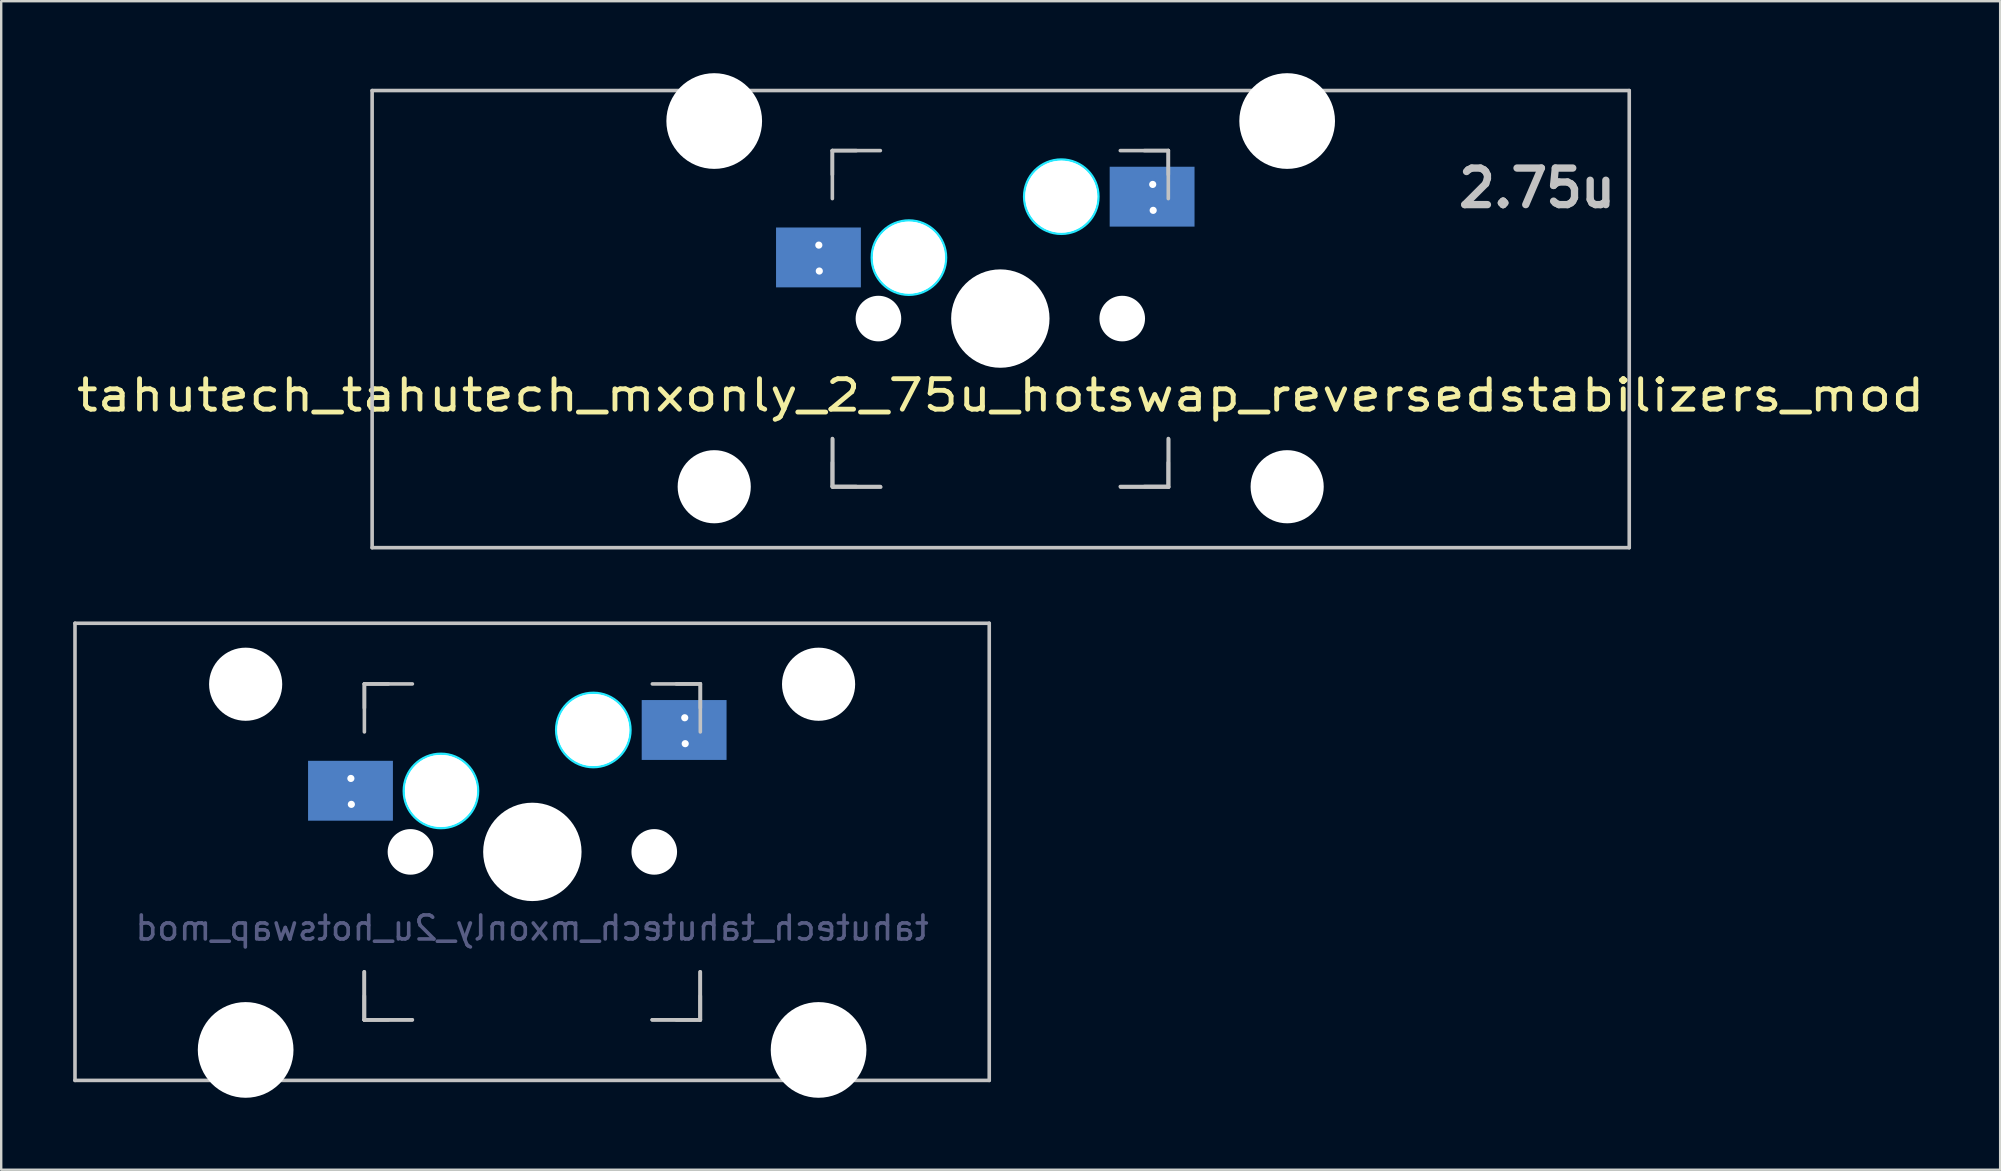
<source format=kicad_pcb>
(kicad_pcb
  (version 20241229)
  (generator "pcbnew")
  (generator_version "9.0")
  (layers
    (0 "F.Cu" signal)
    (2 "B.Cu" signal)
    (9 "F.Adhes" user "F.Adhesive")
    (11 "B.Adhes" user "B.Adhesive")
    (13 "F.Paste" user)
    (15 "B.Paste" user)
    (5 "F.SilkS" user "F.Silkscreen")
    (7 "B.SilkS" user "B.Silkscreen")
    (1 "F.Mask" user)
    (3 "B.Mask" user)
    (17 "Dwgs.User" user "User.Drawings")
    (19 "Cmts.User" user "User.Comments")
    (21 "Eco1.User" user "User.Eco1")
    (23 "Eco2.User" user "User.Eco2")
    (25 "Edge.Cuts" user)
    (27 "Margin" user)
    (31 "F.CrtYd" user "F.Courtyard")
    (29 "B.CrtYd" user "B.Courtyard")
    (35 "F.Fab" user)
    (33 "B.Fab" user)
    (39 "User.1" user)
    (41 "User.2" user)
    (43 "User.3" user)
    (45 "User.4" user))
  (footprint "tahutech_tahutech_mxonly_2u_hotswap_mod"
    (layer "F.Cu")
    (at 19.125 32.449)
    (property "Reference" "tahutech_tahutech_mxonly_2u_hotswap_mod" (at 0 3.175 0) (layer "B.Fab") (effects (font (size 1 1) (thickness 0.15)) (justify mirror)))
    (attr smd)
    (fp_line (start -19.05 -9.525) (end 19.05 -9.525) (stroke (width 0.15) (type solid)) (layer "Dwgs.User"))
    (fp_line (start -19.05 9.525) (end -19.05 -9.525) (stroke (width 0.15) (type solid)) (layer "Dwgs.User"))
    (fp_line (start -7 5) (end -7 7) (stroke (width 0.15) (type solid)) (layer "Dwgs.User"))
    (fp_line (start -7 7) (end -5 7) (stroke (width 0.15) (type solid)) (layer "Dwgs.User"))
    (fp_line (start -6.99 -6.998) (end -6.99 -4.998) (stroke (width 0.15) (type solid)) (layer "Dwgs.User"))
    (fp_line (start -6.99 -6.998) (end -5.99 -6.998) (stroke (width 0.15) (type solid)) (layer "Dwgs.User"))
    (fp_line (start -6.99 -5.998) (end -6.99 -6.998) (stroke (width 0.15) (type solid)) (layer "Dwgs.User"))
    (fp_line (start -6.99 5.002) (end -6.99 7.002) (stroke (width 0.15) (type solid)) (layer "Dwgs.User"))
    (fp_line (start -6.99 6.002) (end -6.99 7.002) (stroke (width 0.15) (type solid)) (layer "Dwgs.User"))
    (fp_line (start -6.99 7.002) (end -5.99 7.002) (stroke (width 0.15) (type solid)) (layer "Dwgs.User"))
    (fp_line (start -6.99 7.002) (end -4.99 7.002) (stroke (width 0.15) (type solid)) (layer "Dwgs.User"))
    (fp_line (start -4.99 -6.998) (end -6.99 -6.998) (stroke (width 0.15) (type solid)) (layer "Dwgs.User"))
    (fp_line (start 5 7) (end 7 7) (stroke (width 0.15) (type solid)) (layer "Dwgs.User"))
    (fp_line (start 5.01 -6.998) (end 7.01 -6.998) (stroke (width 0.15) (type solid)) (layer "Dwgs.User"))
    (fp_line (start 5.01 7.002) (end 7.01 7.002) (stroke (width 0.15) (type solid)) (layer "Dwgs.User"))
    (fp_line (start 6.01 7.002) (end 7.01 7.002) (stroke (width 0.15) (type solid)) (layer "Dwgs.User"))
    (fp_line (start 7 7) (end 7 5) (stroke (width 0.15) (type solid)) (layer "Dwgs.User"))
    (fp_line (start 7.01 -6.998) (end 6.01 -6.998) (stroke (width 0.15) (type solid)) (layer "Dwgs.User"))
    (fp_line (start 7.01 -6.998) (end 7.01 -5.998) (stroke (width 0.15) (type solid)) (layer "Dwgs.User"))
    (fp_line (start 7.01 -6.998) (end 7.01 -4.998) (stroke (width 0.15) (type solid)) (layer "Dwgs.User"))
    (fp_line (start 7.01 7.002) (end 7.01 5.002) (stroke (width 0.15) (type solid)) (layer "Dwgs.User"))
    (fp_line (start 7.01 7.002) (end 7.01 6.002) (stroke (width 0.15) (type solid)) (layer "Dwgs.User"))
    (fp_line (start 19.05 -9.525) (end 19.05 9.525) (stroke (width 0.15) (type solid)) (layer "Dwgs.User"))
    (fp_line (start 19.05 9.525) (end -19.05 9.525) (stroke (width 0.15) (type solid)) (layer "Dwgs.User"))
    (fp_circle (center -3.8 -2.538) (end -3.8 -4.062) (stroke (width 0.15) (type solid)) (fill no) (layer "B.CrtYd"))
    (fp_circle (center 2.55 -5.078) (end 2.55 -6.602) (stroke (width 0.15) (type solid)) (fill no) (layer "B.CrtYd"))
    (pad "" np_thru_hole circle (at -11.938 -6.985) (size 3.048 3.048) (drill 3.048) (layers "*.Cu" "*.Mask"))
    (pad "" np_thru_hole circle (at -11.938 8.255) (size 3.988 3.988) (drill 3.988) (layers "*.Cu" "*.Mask"))
    (pad "" np_thru_hole circle (at -5.08 0 48.1) (size 1.75 1.75) (drill 1.75) (layers "*.Cu" "*.Mask"))
    (pad "" np_thru_hole circle (at -5.07 0.002 48.1) (size 1.75 1.75) (drill 1.75) (layers "*.Cu" "*.Mask"))
    (pad "" np_thru_hole circle (at -5.07 0.002) (size 1.9 1.9) (drill 1.9) (layers "*.Cu" "*.Mask"))
    (pad "" np_thru_hole circle (at -3.8 -2.538) (size 3 3) (drill 3) (layers "*.Cu" "*.Mask"))
    (pad "" np_thru_hole circle (at -3.8 -2.538) (size 3 3) (drill 3) (layers "*.Cu" "*.Mask"))
    (pad "" np_thru_hole circle (at 0 0) (size 3.988 3.988) (drill 3.988) (layers "*.Cu" "*.Mask"))
    (pad "" np_thru_hole circle (at 0.01 0.002) (size 3.988 3.988) (drill 3.988) (layers "*.Cu" "*.Mask"))
    (pad "" np_thru_hole circle (at 0.01 0.002 90) (size 4.1 4.1) (drill 4.1) (layers "*.Cu" "*.Mask"))
    (pad "" np_thru_hole circle (at 2.55 -5.078) (size 3 3) (drill 3) (layers "*.Cu" "*.Mask"))
    (pad "" np_thru_hole circle (at 2.55 -5.078) (size 3 3) (drill 3) (layers "*.Cu" "*.Mask"))
    (pad "" np_thru_hole circle (at 5.08 0 48.1) (size 1.75 1.75) (drill 1.75) (layers "*.Cu" "*.Mask"))
    (pad "" np_thru_hole circle (at 5.09 0.002 48.1) (size 1.75 1.75) (drill 1.75) (layers "*.Cu" "*.Mask"))
    (pad "" np_thru_hole circle (at 5.09 0.002) (size 1.9 1.9) (drill 1.9) (layers "*.Cu" "*.Mask"))
    (pad "" np_thru_hole circle (at 11.938 -6.985) (size 3.048 3.048) (drill 3.048) (layers "*.Cu" "*.Mask"))
    (pad "" np_thru_hole circle (at 11.938 8.255) (size 3.988 3.988) (drill 3.988) (layers "*.Cu" "*.Mask"))
    (pad "1" smd rect (at -7.569 -2.546 180) (size 3.536 2.495) (layers "B.Cu" "B.Mask" "B.Paste"))
    (pad "1" thru_hole circle (at -7.553 -3.059) (size 0.6 0.6) (drill 0.3) (layers "*.Cu" "*.Mask"))
    (pad "1" thru_hole circle (at -7.533 -1.979) (size 0.6 0.6) (drill 0.3) (layers "*.Cu" "*.Mask"))
    (pad "2" smd rect (at 6.335 -5.078 180) (size 3.536 2.495) (layers "B.Cu" "B.Mask" "B.Paste"))
    (pad "2" thru_hole circle (at 6.36 -5.588) (size 0.6 0.6) (drill 0.3) (layers "*.Cu" "*.Mask"))
    (pad "2" thru_hole circle (at 6.38 -4.508) (size 0.6 0.6) (drill 0.3) (layers "*.Cu" "*.Mask")))
  (footprint "tahutech_tahutech_mxonly_2_75u_hotswap_reversedstabilizers_mod"
    (layer "F.Cu")
    (at 38.652 10.249)
    (property "Reference" "tahutech_tahutech_mxonly_2_75u_hotswap_reversedstabilizers_mod" (at 0 3.175 180) (layer "F.SilkS") (effects (font (size 1.27 1.524) (thickness 0.203))))
    (attr smd)
    (fp_line (start -26.194 -9.525) (end 26.194 -9.525) (stroke (width 0.15) (type solid)) (layer "Dwgs.User"))
    (fp_line (start -26.194 9.525) (end -26.194 -9.525) (stroke (width 0.15) (type solid)) (layer "Dwgs.User"))
    (fp_line (start -7.015 -7.023) (end -7.015 -5.023) (stroke (width 0.15) (type solid)) (layer "Dwgs.User"))
    (fp_line (start -7.015 -7.023) (end -6.015 -7.023) (stroke (width 0.15) (type solid)) (layer "Dwgs.User"))
    (fp_line (start -7.015 -6.023) (end -7.015 -7.023) (stroke (width 0.15) (type solid)) (layer "Dwgs.User"))
    (fp_line (start -7.015 4.977) (end -7.015 6.977) (stroke (width 0.15) (type solid)) (layer "Dwgs.User"))
    (fp_line (start -7.015 5.977) (end -7.015 6.977) (stroke (width 0.15) (type solid)) (layer "Dwgs.User"))
    (fp_line (start -7.015 6.977) (end -6.015 6.977) (stroke (width 0.15) (type solid)) (layer "Dwgs.User"))
    (fp_line (start -7.015 6.977) (end -5.015 6.977) (stroke (width 0.15) (type solid)) (layer "Dwgs.User"))
    (fp_line (start -7 5) (end -7 7) (stroke (width 0.15) (type solid)) (layer "Dwgs.User"))
    (fp_line (start -7 7) (end -5 7) (stroke (width 0.15) (type solid)) (layer "Dwgs.User"))
    (fp_line (start -5.015 -7.023) (end -7.015 -7.023) (stroke (width 0.15) (type solid)) (layer "Dwgs.User"))
    (fp_line (start 4.985 -7.023) (end 6.985 -7.023) (stroke (width 0.15) (type solid)) (layer "Dwgs.User"))
    (fp_line (start 4.985 6.977) (end 6.985 6.977) (stroke (width 0.15) (type solid)) (layer "Dwgs.User"))
    (fp_line (start 5 7) (end 7 7) (stroke (width 0.15) (type solid)) (layer "Dwgs.User"))
    (fp_line (start 5.985 6.977) (end 6.985 6.977) (stroke (width 0.15) (type solid)) (layer "Dwgs.User"))
    (fp_line (start 6.985 -7.023) (end 5.985 -7.023) (stroke (width 0.15) (type solid)) (layer "Dwgs.User"))
    (fp_line (start 6.985 -7.023) (end 6.985 -6.023) (stroke (width 0.15) (type solid)) (layer "Dwgs.User"))
    (fp_line (start 6.985 -7.023) (end 6.985 -5.023) (stroke (width 0.15) (type solid)) (layer "Dwgs.User"))
    (fp_line (start 6.985 6.977) (end 6.985 4.977) (stroke (width 0.15) (type solid)) (layer "Dwgs.User"))
    (fp_line (start 6.985 6.977) (end 6.985 5.977) (stroke (width 0.15) (type solid)) (layer "Dwgs.User"))
    (fp_line (start 7 7) (end 7 5) (stroke (width 0.15) (type solid)) (layer "Dwgs.User"))
    (fp_line (start 26.194 -9.525) (end 26.194 9.525) (stroke (width 0.15) (type solid)) (layer "Dwgs.User"))
    (fp_line (start 26.194 9.525) (end -26.194 9.525) (stroke (width 0.15) (type solid)) (layer "Dwgs.User"))
    (fp_circle (center -3.825 -2.563) (end -3.825 -4.087) (stroke (width 0.15) (type solid)) (fill no) (layer "B.CrtYd"))
    (fp_circle (center 2.525 -5.103) (end 2.525 -6.627) (stroke (width 0.15) (type solid)) (fill no) (layer "B.CrtYd"))
    (fp_text user "2.75u" (at 22.352 -5.461 0) (unlocked yes) (layer "Dwgs.User") (effects (font (size 1.524 1.524) (thickness 0.305))))
    (pad "" np_thru_hole circle (at -11.938 -8.255) (size 3.988 3.988) (drill 3.988) (layers "*.Cu" "*.Mask"))
    (pad "" np_thru_hole circle (at -11.938 6.985) (size 3.048 3.048) (drill 3.048) (layers "*.Cu" "*.Mask"))
    (pad "" np_thru_hole circle (at -5.095 -0.023 48.1) (size 1.75 1.75) (drill 1.75) (layers "*.Cu" "*.Mask"))
    (pad "" np_thru_hole circle (at -5.095 -0.023) (size 1.9 1.9) (drill 1.9) (layers "*.Cu" "*.Mask"))
    (pad "" np_thru_hole circle (at -5.08 0 48.1) (size 1.75 1.75) (drill 1.75) (layers "*.Cu" "*.Mask"))
    (pad "" np_thru_hole circle (at -3.825 -2.563) (size 3 3) (drill 3) (layers "*.Cu" "*.Mask"))
    (pad "" np_thru_hole circle (at -3.825 -2.563) (size 3 3) (drill 3) (layers "*.Cu" "*.Mask"))
    (pad "" np_thru_hole circle (at -0.015 -0.023) (size 3.988 3.988) (drill 3.988) (layers "*.Cu" "*.Mask"))
    (pad "" np_thru_hole circle (at -0.015 -0.023 90) (size 4.1 4.1) (drill 4.1) (layers "*.Cu" "*.Mask"))
    (pad "" np_thru_hole circle (at 0 0) (size 3.988 3.988) (drill 3.988) (layers "*.Cu" "*.Mask"))
    (pad "" np_thru_hole circle (at 2.525 -5.103) (size 3 3) (drill 3) (layers "*.Cu" "*.Mask"))
    (pad "" np_thru_hole circle (at 2.525 -5.103) (size 3 3) (drill 3) (layers "*.Cu" "*.Mask"))
    (pad "" np_thru_hole circle (at 5.065 -0.023 48.1) (size 1.75 1.75) (drill 1.75) (layers "*.Cu" "*.Mask"))
    (pad "" np_thru_hole circle (at 5.065 -0.023) (size 1.9 1.9) (drill 1.9) (layers "*.Cu" "*.Mask"))
    (pad "" np_thru_hole circle (at 5.08 0 48.1) (size 1.75 1.75) (drill 1.75) (layers "*.Cu" "*.Mask"))
    (pad "" np_thru_hole circle (at 11.938 -8.255) (size 3.988 3.988) (drill 3.988) (layers "*.Cu" "*.Mask"))
    (pad "" np_thru_hole circle (at 11.938 6.985) (size 3.048 3.048) (drill 3.048) (layers "*.Cu" "*.Mask"))
    (pad "1" smd rect (at -7.594 -2.571 180) (size 3.536 2.495) (layers "B.Cu" "B.Mask" "B.Paste"))
    (pad "1" thru_hole circle (at -7.579 -3.084) (size 0.6 0.6) (drill 0.3) (layers "*.Cu" "*.Mask"))
    (pad "1" thru_hole circle (at -7.559 -2.004) (size 0.6 0.6) (drill 0.3) (layers "*.Cu" "*.Mask"))
    (pad "2" smd rect (at 6.31 -5.103 180) (size 3.536 2.495) (layers "B.Cu" "B.Mask" "B.Paste"))
    (pad "2" thru_hole circle (at 6.335 -5.613) (size 0.6 0.6) (drill 0.3) (layers "*.Cu" "*.Mask"))
    (pad "2" thru_hole circle (at 6.355 -4.533) (size 0.6 0.6) (drill 0.3) (layers "*.Cu" "*.Mask")))
  (gr_rect
    (start -3 -3)
    (end 80.303 45.698)
    (stroke (width 0.1) (type default))
    (fill no)
    (layer "Edge.Cuts")))
</source>
